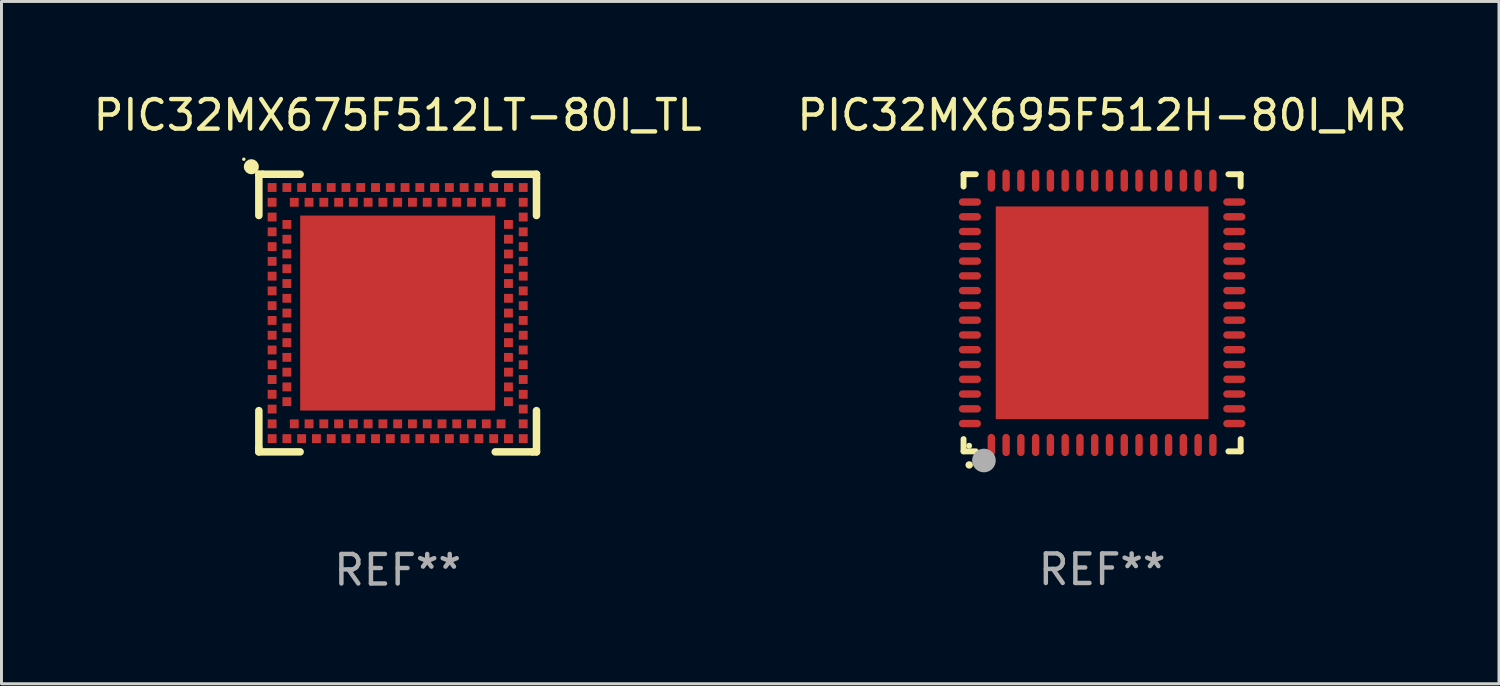
<source format=kicad_pcb>
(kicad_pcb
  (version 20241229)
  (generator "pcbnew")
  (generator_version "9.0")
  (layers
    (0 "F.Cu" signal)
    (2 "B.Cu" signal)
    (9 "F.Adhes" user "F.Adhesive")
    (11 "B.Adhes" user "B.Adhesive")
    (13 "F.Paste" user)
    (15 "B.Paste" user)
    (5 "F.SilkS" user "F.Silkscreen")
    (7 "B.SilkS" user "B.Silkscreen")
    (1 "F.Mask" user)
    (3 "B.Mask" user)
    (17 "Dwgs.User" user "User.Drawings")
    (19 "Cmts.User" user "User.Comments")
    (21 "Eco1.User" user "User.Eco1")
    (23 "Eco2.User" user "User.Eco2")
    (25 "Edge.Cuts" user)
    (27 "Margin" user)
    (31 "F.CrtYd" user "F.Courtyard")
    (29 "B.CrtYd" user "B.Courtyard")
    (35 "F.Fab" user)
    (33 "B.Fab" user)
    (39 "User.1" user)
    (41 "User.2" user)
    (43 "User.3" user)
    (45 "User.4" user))
  (footprint "PIC32MX675F512LT-80I_TL"
    (layer "F.Cu")
    (at 10.411 7.547)
    (property "Reference" "PIC32MX675F512LT-80I_TL" (at 0 -6.699 0) (layer "F.SilkS") (effects (font (size 1 1) (thickness 0.15))))
    (attr through_hole)
    (fp_line (start -4.699 -4.699) (end -4.699 -3.302) (stroke (width 0.254) (type solid)) (layer "F.SilkS"))
    (fp_line (start -4.699 3.302) (end -4.699 4.572) (stroke (width 0.254) (type solid)) (layer "F.SilkS"))
    (fp_line (start -4.699 4.572) (end -4.699 4.699) (stroke (width 0.254) (type solid)) (layer "F.SilkS"))
    (fp_line (start -4.699 4.699) (end -3.302 4.699) (stroke (width 0.254) (type solid)) (layer "F.SilkS"))
    (fp_line (start -4.572 -4.699) (end -4.699 -4.699) (stroke (width 0.254) (type solid)) (layer "F.SilkS"))
    (fp_line (start -3.302 -4.699) (end -4.572 -4.699) (stroke (width 0.254) (type solid)) (layer "F.SilkS"))
    (fp_line (start 3.302 4.699) (end 4.572 4.699) (stroke (width 0.254) (type solid)) (layer "F.SilkS"))
    (fp_line (start 4.572 4.699) (end 4.699 4.699) (stroke (width 0.254) (type solid)) (layer "F.SilkS"))
    (fp_line (start 4.699 -4.699) (end 3.302 -4.699) (stroke (width 0.254) (type solid)) (layer "F.SilkS"))
    (fp_line (start 4.699 -4.572) (end 4.699 -4.699) (stroke (width 0.254) (type solid)) (layer "F.SilkS"))
    (fp_line (start 4.699 -3.302) (end 4.699 -4.572) (stroke (width 0.254) (type solid)) (layer "F.SilkS"))
    (fp_line (start 4.699 4.699) (end 4.699 3.302) (stroke (width 0.254) (type solid)) (layer "F.SilkS"))
    (fp_circle (center -5.207 -5.207) (end -5.177 -5.207) (stroke (width 0.06) (type solid)) (fill no) (layer "F.SilkS"))
    (fp_circle (center -4.953 -4.953) (end -4.826 -4.953) (stroke (width 0.254) (type solid)) (fill no) (layer "F.SilkS"))
    (fp_text user "REF**" (at 0 8.699 0) (layer "F.Fab") (effects (font (size 1 1) (thickness 0.15))))
    (pad "125" smd rect (at 0.000025 -0.000102 90) (size 6.6 6.6) (layers "F.Cu" "F.Mask" "F.Paste"))
    (pad "A1" smd rect (at -4.25 -3.75 90) (size 0.3 0.3) (layers "F.Cu" "F.Mask" "F.Paste"))
    (pad "A2" smd rect (at -4.25 -3.25 90) (size 0.3 0.3) (layers "F.Cu" "F.Mask" "F.Paste"))
    (pad "A3" smd rect (at -4.25 -2.75 90) (size 0.3 0.3) (layers "F.Cu" "F.Mask" "F.Paste"))
    (pad "A4" smd rect (at -4.25 -2.25 90) (size 0.3 0.3) (layers "F.Cu" "F.Mask" "F.Paste"))
    (pad "A5" smd rect (at -4.25 -1.75 90) (size 0.3 0.3) (layers "F.Cu" "F.Mask" "F.Paste"))
    (pad "A6" smd rect (at -4.25 -1.25 90) (size 0.3 0.3) (layers "F.Cu" "F.Mask" "F.Paste"))
    (pad "A7" smd rect (at -4.25 -0.75 90) (size 0.3 0.3) (layers "F.Cu" "F.Mask" "F.Paste"))
    (pad "A8" smd rect (at -4.25 -0.25 90) (size 0.3 0.3) (layers "F.Cu" "F.Mask" "F.Paste"))
    (pad "A9" smd rect (at -4.25 0.25 90) (size 0.3 0.3) (layers "F.Cu" "F.Mask" "F.Paste"))
    (pad "A10" smd rect (at -4.25 0.75 90) (size 0.3 0.3) (layers "F.Cu" "F.Mask" "F.Paste"))
    (pad "A11" smd rect (at -4.25 1.25 90) (size 0.3 0.3) (layers "F.Cu" "F.Mask" "F.Paste"))
    (pad "A12" smd rect (at -4.25 1.75 90) (size 0.3 0.3) (layers "F.Cu" "F.Mask" "F.Paste"))
    (pad "A13" smd rect (at -4.25 2.25 90) (size 0.3 0.3) (layers "F.Cu" "F.Mask" "F.Paste"))
    (pad "A14" smd rect (at -4.25 2.75 90) (size 0.3 0.3) (layers "F.Cu" "F.Mask" "F.Paste"))
    (pad "A15" smd rect (at -4.25 3.25 90) (size 0.3 0.3) (layers "F.Cu" "F.Mask" "F.Paste"))
    (pad "A16" smd rect (at -4.25 3.75 90) (size 0.3 0.3) (layers "F.Cu" "F.Mask" "F.Paste"))
    (pad "A17" smd rect (at -4.25 4.25 90) (size 0.3 0.3) (layers "F.Cu" "F.Mask" "F.Paste"))
    (pad "A18" smd rect (at -3.75 4.25 90) (size 0.3 0.3) (layers "F.Cu" "F.Mask" "F.Paste"))
    (pad "A19" smd rect (at -3.25 4.25 90) (size 0.3 0.3) (layers "F.Cu" "F.Mask" "F.Paste"))
    (pad "A20" smd rect (at -2.75 4.25 90) (size 0.3 0.3) (layers "F.Cu" "F.Mask" "F.Paste"))
    (pad "A21" smd rect (at -2.25 4.25 90) (size 0.3 0.3) (layers "F.Cu" "F.Mask" "F.Paste"))
    (pad "A22" smd rect (at -1.75 4.25 90) (size 0.3 0.3) (layers "F.Cu" "F.Mask" "F.Paste"))
    (pad "A23" smd rect (at -1.25 4.25 90) (size 0.3 0.3) (layers "F.Cu" "F.Mask" "F.Paste"))
    (pad "A24" smd rect (at -0.75 4.25 90) (size 0.3 0.3) (layers "F.Cu" "F.Mask" "F.Paste"))
    (pad "A25" smd rect (at -0.25 4.25 90) (size 0.3 0.3) (layers "F.Cu" "F.Mask" "F.Paste"))
    (pad "A26" smd rect (at 0.25 4.25 90) (size 0.3 0.3) (layers "F.Cu" "F.Mask" "F.Paste"))
    (pad "A27" smd rect (at 0.75 4.25 90) (size 0.3 0.3) (layers "F.Cu" "F.Mask" "F.Paste"))
    (pad "A28" smd rect (at 1.25 4.25 90) (size 0.3 0.3) (layers "F.Cu" "F.Mask" "F.Paste"))
    (pad "A29" smd rect (at 1.75 4.25 90) (size 0.3 0.3) (layers "F.Cu" "F.Mask" "F.Paste"))
    (pad "A30" smd rect (at 2.25 4.25 90) (size 0.3 0.3) (layers "F.Cu" "F.Mask" "F.Paste"))
    (pad "A31" smd rect (at 2.75 4.25 90) (size 0.3 0.3) (layers "F.Cu" "F.Mask" "F.Paste"))
    (pad "A32" smd rect (at 3.25 4.25 90) (size 0.3 0.3) (layers "F.Cu" "F.Mask" "F.Paste"))
    (pad "A33" smd rect (at 3.75 4.25 90) (size 0.3 0.3) (layers "F.Cu" "F.Mask" "F.Paste"))
    (pad "A34" smd rect (at 4.25 4.25 90) (size 0.3 0.3) (layers "F.Cu" "F.Mask" "F.Paste"))
    (pad "A35" smd rect (at 4.25 3.75 90) (size 0.3 0.3) (layers "F.Cu" "F.Mask" "F.Paste"))
    (pad "A36" smd rect (at 4.25 3.25 90) (size 0.3 0.3) (layers "F.Cu" "F.Mask" "F.Paste"))
    (pad "A37" smd rect (at 4.25 2.75 90) (size 0.3 0.3) (layers "F.Cu" "F.Mask" "F.Paste"))
    (pad "A38" smd rect (at 4.25 2.25 90) (size 0.3 0.3) (layers "F.Cu" "F.Mask" "F.Paste"))
    (pad "A39" smd rect (at 4.25 1.75 90) (size 0.3 0.3) (layers "F.Cu" "F.Mask" "F.Paste"))
    (pad "A40" smd rect (at 4.25 1.25 90) (size 0.3 0.3) (layers "F.Cu" "F.Mask" "F.Paste"))
    (pad "A41" smd rect (at 4.25 0.75 90) (size 0.3 0.3) (layers "F.Cu" "F.Mask" "F.Paste"))
    (pad "A42" smd rect (at 4.25 0.25 90) (size 0.3 0.3) (layers "F.Cu" "F.Mask" "F.Paste"))
    (pad "A43" smd rect (at 4.25 -0.25 90) (size 0.3 0.3) (layers "F.Cu" "F.Mask" "F.Paste"))
    (pad "A44" smd rect (at 4.25 -0.75 90) (size 0.3 0.3) (layers "F.Cu" "F.Mask" "F.Paste"))
    (pad "A45" smd rect (at 4.25 -1.25 90) (size 0.3 0.3) (layers "F.Cu" "F.Mask" "F.Paste"))
    (pad "A46" smd rect (at 4.25 -1.75 90) (size 0.3 0.3) (layers "F.Cu" "F.Mask" "F.Paste"))
    (pad "A47" smd rect (at 4.25 -2.25 90) (size 0.3 0.3) (layers "F.Cu" "F.Mask" "F.Paste"))
    (pad "A48" smd rect (at 4.25 -2.75 90) (size 0.3 0.3) (layers "F.Cu" "F.Mask" "F.Paste"))
    (pad "A49" smd rect (at 4.25 -3.25 90) (size 0.3 0.3) (layers "F.Cu" "F.Mask" "F.Paste"))
    (pad "A50" smd rect (at 4.25 -3.75 90) (size 0.3 0.3) (layers "F.Cu" "F.Mask" "F.Paste"))
    (pad "A51" smd rect (at 4.25 -4.25 90) (size 0.3 0.3) (layers "F.Cu" "F.Mask" "F.Paste"))
    (pad "A52" smd rect (at 3.75 -4.25 90) (size 0.3 0.3) (layers "F.Cu" "F.Mask" "F.Paste"))
    (pad "A53" smd rect (at 3.25 -4.25 90) (size 0.3 0.3) (layers "F.Cu" "F.Mask" "F.Paste"))
    (pad "A54" smd rect (at 2.75 -4.25 90) (size 0.3 0.3) (layers "F.Cu" "F.Mask" "F.Paste"))
    (pad "A55" smd rect (at 2.25 -4.25 90) (size 0.3 0.3) (layers "F.Cu" "F.Mask" "F.Paste"))
    (pad "A56" smd rect (at 1.75 -4.25 90) (size 0.3 0.3) (layers "F.Cu" "F.Mask" "F.Paste"))
    (pad "A57" smd rect (at 1.25 -4.25 90) (size 0.3 0.3) (layers "F.Cu" "F.Mask" "F.Paste"))
    (pad "A58" smd rect (at 0.75 -4.25 90) (size 0.3 0.3) (layers "F.Cu" "F.Mask" "F.Paste"))
    (pad "A59" smd rect (at 0.25 -4.25 90) (size 0.3 0.3) (layers "F.Cu" "F.Mask" "F.Paste"))
    (pad "A60" smd rect (at -0.25 -4.25 90) (size 0.3 0.3) (layers "F.Cu" "F.Mask" "F.Paste"))
    (pad "A61" smd rect (at -0.75 -4.25 90) (size 0.3 0.3) (layers "F.Cu" "F.Mask" "F.Paste"))
    (pad "A62" smd rect (at -1.25 -4.25 90) (size 0.3 0.3) (layers "F.Cu" "F.Mask" "F.Paste"))
    (pad "A63" smd rect (at -1.75 -4.25 90) (size 0.3 0.3) (layers "F.Cu" "F.Mask" "F.Paste"))
    (pad "A64" smd rect (at -2.25 -4.25 90) (size 0.3 0.3) (layers "F.Cu" "F.Mask" "F.Paste"))
    (pad "A65" smd rect (at -2.75 -4.25 90) (size 0.3 0.3) (layers "F.Cu" "F.Mask" "F.Paste"))
    (pad "A66" smd rect (at -3.25 -4.25 90) (size 0.3 0.3) (layers "F.Cu" "F.Mask" "F.Paste"))
    (pad "A67" smd rect (at -3.75 -4.25 90) (size 0.3 0.3) (layers "F.Cu" "F.Mask" "F.Paste"))
    (pad "A68" smd rect (at -4.25 -4.25 90) (size 0.3 0.3) (layers "F.Cu" "F.Mask" "F.Paste"))
    (pad "B1" smd rect (at -3.75 -3 90) (size 0.3 0.3) (layers "F.Cu" "F.Mask" "F.Paste"))
    (pad "B2" smd rect (at -3.75 -2.5 90) (size 0.3 0.3) (layers "F.Cu" "F.Mask" "F.Paste"))
    (pad "B3" smd rect (at -3.75 -2 90) (size 0.3 0.3) (layers "F.Cu" "F.Mask" "F.Paste"))
    (pad "B4" smd rect (at -3.75 -1.5 90) (size 0.3 0.3) (layers "F.Cu" "F.Mask" "F.Paste"))
    (pad "B5" smd rect (at -3.75 -1 90) (size 0.3 0.3) (layers "F.Cu" "F.Mask" "F.Paste"))
    (pad "B6" smd rect (at -3.75 -0.5 90) (size 0.3 0.3) (layers "F.Cu" "F.Mask" "F.Paste"))
    (pad "B7" smd rect (at -3.75 -0.000102 90) (size 0.3 0.3) (layers "F.Cu" "F.Mask" "F.Paste"))
    (pad "B8" smd rect (at -3.75 0.5 90) (size 0.3 0.3) (layers "F.Cu" "F.Mask" "F.Paste"))
    (pad "B9" smd rect (at -3.75 1 90) (size 0.3 0.3) (layers "F.Cu" "F.Mask" "F.Paste"))
    (pad "B10" smd rect (at -3.75 1.5 90) (size 0.3 0.3) (layers "F.Cu" "F.Mask" "F.Paste"))
    (pad "B11" smd rect (at -3.75 2 90) (size 0.3 0.3) (layers "F.Cu" "F.Mask" "F.Paste"))
    (pad "B12" smd rect (at -3.75 2.5 90) (size 0.3 0.3) (layers "F.Cu" "F.Mask" "F.Paste"))
    (pad "B13" smd rect (at -3.75 3 90) (size 0.3 0.3) (layers "F.Cu" "F.Mask" "F.Paste"))
    (pad "B14" smd rect (at -3.5 3.75 90) (size 0.3 0.3) (layers "F.Cu" "F.Mask" "F.Paste"))
    (pad "B15" smd rect (at -3 3.75 90) (size 0.3 0.3) (layers "F.Cu" "F.Mask" "F.Paste"))
    (pad "B16" smd rect (at -2.5 3.75 90) (size 0.3 0.3) (layers "F.Cu" "F.Mask" "F.Paste"))
    (pad "B17" smd rect (at -2 3.75 90) (size 0.3 0.3) (layers "F.Cu" "F.Mask" "F.Paste"))
    (pad "B18" smd rect (at -1.5 3.75 90) (size 0.3 0.3) (layers "F.Cu" "F.Mask" "F.Paste"))
    (pad "B19" smd rect (at -1 3.75 90) (size 0.3 0.3) (layers "F.Cu" "F.Mask" "F.Paste"))
    (pad "B20" smd rect (at -0.5 3.75 90) (size 0.3 0.3) (layers "F.Cu" "F.Mask" "F.Paste"))
    (pad "B21" smd rect (at 0.000025 3.75 90) (size 0.3 0.3) (layers "F.Cu" "F.Mask" "F.Paste"))
    (pad "B22" smd rect (at 0.5 3.75 90) (size 0.3 0.3) (layers "F.Cu" "F.Mask" "F.Paste"))
    (pad "B23" smd rect (at 1 3.75 90) (size 0.3 0.3) (layers "F.Cu" "F.Mask" "F.Paste"))
    (pad "B24" smd rect (at 1.5 3.75 90) (size 0.3 0.3) (layers "F.Cu" "F.Mask" "F.Paste"))
    (pad "B25" smd rect (at 2 3.75 90) (size 0.3 0.3) (layers "F.Cu" "F.Mask" "F.Paste"))
    (pad "B26" smd rect (at 2.5 3.75 90) (size 0.3 0.3) (layers "F.Cu" "F.Mask" "F.Paste"))
    (pad "B27" smd rect (at 3 3.75 90) (size 0.3 0.3) (layers "F.Cu" "F.Mask" "F.Paste"))
    (pad "B28" smd rect (at 3.5 3.75 90) (size 0.3 0.3) (layers "F.Cu" "F.Mask" "F.Paste"))
    (pad "B29" smd rect (at 3.75 3 90) (size 0.3 0.3) (layers "F.Cu" "F.Mask" "F.Paste"))
    (pad "B30" smd rect (at 3.75 2.5 90) (size 0.3 0.3) (layers "F.Cu" "F.Mask" "F.Paste"))
    (pad "B31" smd rect (at 3.75 2 90) (size 0.3 0.3) (layers "F.Cu" "F.Mask" "F.Paste"))
    (pad "B32" smd rect (at 3.75 1.5 90) (size 0.3 0.3) (layers "F.Cu" "F.Mask" "F.Paste"))
    (pad "B33" smd rect (at 3.75 1 90) (size 0.3 0.3) (layers "F.Cu" "F.Mask" "F.Paste"))
    (pad "B34" smd rect (at 3.75 0.5 90) (size 0.3 0.3) (layers "F.Cu" "F.Mask" "F.Paste"))
    (pad "B35" smd rect (at 3.75 -0.000102 90) (size 0.3 0.3) (layers "F.Cu" "F.Mask" "F.Paste"))
    (pad "B36" smd rect (at 3.75 -0.5 90) (size 0.3 0.3) (layers "F.Cu" "F.Mask" "F.Paste"))
    (pad "B37" smd rect (at 3.75 -1 90) (size 0.3 0.3) (layers "F.Cu" "F.Mask" "F.Paste"))
    (pad "B38" smd rect (at 3.75 -1.5 90) (size 0.3 0.3) (layers "F.Cu" "F.Mask" "F.Paste"))
    (pad "B39" smd rect (at 3.75 -2 90) (size 0.3 0.3) (layers "F.Cu" "F.Mask" "F.Paste"))
    (pad "B40" smd rect (at 3.75 -2.5 90) (size 0.3 0.3) (layers "F.Cu" "F.Mask" "F.Paste"))
    (pad "B41" smd rect (at 3.75 -3 90) (size 0.3 0.3) (layers "F.Cu" "F.Mask" "F.Paste"))
    (pad "B42" smd rect (at 3.5 -3.75 90) (size 0.3 0.3) (layers "F.Cu" "F.Mask" "F.Paste"))
    (pad "B43" smd rect (at 3 -3.75 90) (size 0.3 0.3) (layers "F.Cu" "F.Mask" "F.Paste"))
    (pad "B44" smd rect (at 2.5 -3.75 90) (size 0.3 0.3) (layers "F.Cu" "F.Mask" "F.Paste"))
    (pad "B45" smd rect (at 2 -3.75 90) (size 0.3 0.3) (layers "F.Cu" "F.Mask" "F.Paste"))
    (pad "B46" smd rect (at 1.5 -3.75 90) (size 0.3 0.3) (layers "F.Cu" "F.Mask" "F.Paste"))
    (pad "B47" smd rect (at 1 -3.75 90) (size 0.3 0.3) (layers "F.Cu" "F.Mask" "F.Paste"))
    (pad "B48" smd rect (at 0.5 -3.75 90) (size 0.3 0.3) (layers "F.Cu" "F.Mask" "F.Paste"))
    (pad "B49" smd rect (at 0.000025 -3.75 90) (size 0.3 0.3) (layers "F.Cu" "F.Mask" "F.Paste"))
    (pad "B50" smd rect (at -0.5 -3.75 90) (size 0.3 0.3) (layers "F.Cu" "F.Mask" "F.Paste"))
    (pad "B51" smd rect (at -1 -3.75 90) (size 0.3 0.3) (layers "F.Cu" "F.Mask" "F.Paste"))
    (pad "B52" smd rect (at -1.5 -3.75 90) (size 0.3 0.3) (layers "F.Cu" "F.Mask" "F.Paste"))
    (pad "B53" smd rect (at -2 -3.75 90) (size 0.3 0.3) (layers "F.Cu" "F.Mask" "F.Paste"))
    (pad "B54" smd rect (at -2.5 -3.75 90) (size 0.3 0.3) (layers "F.Cu" "F.Mask" "F.Paste"))
    (pad "B55" smd rect (at -3 -3.75 90) (size 0.3 0.3) (layers "F.Cu" "F.Mask" "F.Paste"))
    (pad "B56" smd rect (at -3.5 -3.75 90) (size 0.3 0.3) (layers "F.Cu" "F.Mask" "F.Paste")))
  (footprint "PIC32MX695F512H-80I_MR"
    (layer "F.Cu")
    (at 34.256 7.538)
    (property "Reference" "PIC32MX695F512H-80I_MR" (at 0 -6.69 0) (layer "F.SilkS") (effects (font (size 1 1) (thickness 0.15))))
    (attr through_hole)
    (fp_line (start -4.69 -4.69) (end -4.275 -4.69) (stroke (width 0.2) (type solid)) (layer "F.SilkS"))
    (fp_line (start -4.69 -4.275) (end -4.69 -4.69) (stroke (width 0.2) (type solid)) (layer "F.SilkS"))
    (fp_line (start -4.69 4.69) (end -4.69 4.275) (stroke (width 0.2) (type solid)) (layer "F.SilkS"))
    (fp_line (start -4.275 4.69) (end -4.69 4.69) (stroke (width 0.2) (type solid)) (layer "F.SilkS"))
    (fp_line (start 4.275 4.69) (end 4.69 4.69) (stroke (width 0.2) (type solid)) (layer "F.SilkS"))
    (fp_line (start 4.69 -4.69) (end 4.275 -4.69) (stroke (width 0.2) (type solid)) (layer "F.SilkS"))
    (fp_line (start 4.69 -4.275) (end 4.69 -4.69) (stroke (width 0.2) (type solid)) (layer "F.SilkS"))
    (fp_line (start 4.69 4.69) (end 4.69 4.275) (stroke (width 0.2) (type solid)) (layer "F.SilkS"))
    (fp_arc (start -4.499886 5.15) (mid -4.498616 5.149994) (end -4.497346 5.15) (stroke (width 0.24892) (type solid)) (layer "F.SilkS"))
    (fp_circle (center -4.5 4.5) (end -4.45 4.5) (stroke (width 0.1) (type solid)) (fill no) (layer "F.SilkS"))
    (fp_circle (center -4 5) (end -3.8 5) (stroke (width 0.4) (type solid)) (fill no) (layer "F.Fab"))
    (fp_text user "REF**" (at 0 8.69 0) (layer "F.Fab") (effects (font (size 1 1) (thickness 0.15))))
    (pad "1" smd oval (at -3.75 4.475) (size 0.25 0.75) (layers "F.Cu" "F.Mask" "F.Paste"))
    (pad "2" smd oval (at -3.25 4.475) (size 0.25 0.75) (layers "F.Cu" "F.Mask" "F.Paste"))
    (pad "3" smd oval (at -2.75 4.475) (size 0.25 0.75) (layers "F.Cu" "F.Mask" "F.Paste"))
    (pad "4" smd oval (at -2.25 4.475) (size 0.25 0.75) (layers "F.Cu" "F.Mask" "F.Paste"))
    (pad "5" smd oval (at -1.75 4.475) (size 0.25 0.75) (layers "F.Cu" "F.Mask" "F.Paste"))
    (pad "6" smd oval (at -1.25 4.475) (size 0.25 0.75) (layers "F.Cu" "F.Mask" "F.Paste"))
    (pad "7" smd oval (at -0.75 4.475) (size 0.25 0.75) (layers "F.Cu" "F.Mask" "F.Paste"))
    (pad "8" smd oval (at -0.25 4.475) (size 0.25 0.75) (layers "F.Cu" "F.Mask" "F.Paste"))
    (pad "9" smd oval (at 0.25 4.475) (size 0.25 0.75) (layers "F.Cu" "F.Mask" "F.Paste"))
    (pad "10" smd oval (at 0.75 4.475) (size 0.25 0.75) (layers "F.Cu" "F.Mask" "F.Paste"))
    (pad "11" smd oval (at 1.25 4.475) (size 0.25 0.75) (layers "F.Cu" "F.Mask" "F.Paste"))
    (pad "12" smd oval (at 1.75 4.475) (size 0.25 0.75) (layers "F.Cu" "F.Mask" "F.Paste"))
    (pad "13" smd oval (at 2.25 4.475) (size 0.25 0.75) (layers "F.Cu" "F.Mask" "F.Paste"))
    (pad "14" smd oval (at 2.75 4.475) (size 0.25 0.75) (layers "F.Cu" "F.Mask" "F.Paste"))
    (pad "15" smd oval (at 3.25 4.475) (size 0.25 0.75) (layers "F.Cu" "F.Mask" "F.Paste"))
    (pad "16" smd oval (at 3.75 4.475) (size 0.25 0.75) (layers "F.Cu" "F.Mask" "F.Paste"))
    (pad "17" smd oval (at 4.475 3.75) (size 0.75 0.25) (layers "F.Cu" "F.Mask" "F.Paste"))
    (pad "18" smd oval (at 4.475 3.25) (size 0.75 0.25) (layers "F.Cu" "F.Mask" "F.Paste"))
    (pad "19" smd oval (at 4.475 2.75) (size 0.75 0.25) (layers "F.Cu" "F.Mask" "F.Paste"))
    (pad "20" smd oval (at 4.475 2.25) (size 0.75 0.25) (layers "F.Cu" "F.Mask" "F.Paste"))
    (pad "21" smd oval (at 4.475 1.75) (size 0.75 0.25) (layers "F.Cu" "F.Mask" "F.Paste"))
    (pad "22" smd oval (at 4.475 1.25) (size 0.75 0.25) (layers "F.Cu" "F.Mask" "F.Paste"))
    (pad "23" smd oval (at 4.475 0.75) (size 0.75 0.25) (layers "F.Cu" "F.Mask" "F.Paste"))
    (pad "24" smd oval (at 4.475 0.25) (size 0.75 0.25) (layers "F.Cu" "F.Mask" "F.Paste"))
    (pad "25" smd oval (at 4.475 -0.25) (size 0.75 0.25) (layers "F.Cu" "F.Mask" "F.Paste"))
    (pad "26" smd oval (at 4.475 -0.75) (size 0.75 0.25) (layers "F.Cu" "F.Mask" "F.Paste"))
    (pad "27" smd oval (at 4.475 -1.25) (size 0.75 0.25) (layers "F.Cu" "F.Mask" "F.Paste"))
    (pad "28" smd oval (at 4.475 -1.75) (size 0.75 0.25) (layers "F.Cu" "F.Mask" "F.Paste"))
    (pad "29" smd oval (at 4.475 -2.25) (size 0.75 0.25) (layers "F.Cu" "F.Mask" "F.Paste"))
    (pad "30" smd oval (at 4.475 -2.75) (size 0.75 0.25) (layers "F.Cu" "F.Mask" "F.Paste"))
    (pad "31" smd oval (at 4.475 -3.25) (size 0.75 0.25) (layers "F.Cu" "F.Mask" "F.Paste"))
    (pad "32" smd oval (at 4.475 -3.75) (size 0.75 0.25) (layers "F.Cu" "F.Mask" "F.Paste"))
    (pad "33" smd oval (at 3.75 -4.475) (size 0.25 0.75) (layers "F.Cu" "F.Mask" "F.Paste"))
    (pad "34" smd oval (at 3.25 -4.475) (size 0.25 0.75) (layers "F.Cu" "F.Mask" "F.Paste"))
    (pad "35" smd oval (at 2.75 -4.475) (size 0.25 0.75) (layers "F.Cu" "F.Mask" "F.Paste"))
    (pad "36" smd oval (at 2.25 -4.475) (size 0.25 0.75) (layers "F.Cu" "F.Mask" "F.Paste"))
    (pad "37" smd oval (at 1.75 -4.475) (size 0.25 0.75) (layers "F.Cu" "F.Mask" "F.Paste"))
    (pad "38" smd oval (at 1.25 -4.475) (size 0.25 0.75) (layers "F.Cu" "F.Mask" "F.Paste"))
    (pad "39" smd oval (at 0.75 -4.475) (size 0.25 0.75) (layers "F.Cu" "F.Mask" "F.Paste"))
    (pad "40" smd oval (at 0.25 -4.475) (size 0.25 0.75) (layers "F.Cu" "F.Mask" "F.Paste"))
    (pad "41" smd oval (at -0.25 -4.475) (size 0.25 0.75) (layers "F.Cu" "F.Mask" "F.Paste"))
    (pad "42" smd oval (at -0.75 -4.475) (size 0.25 0.75) (layers "F.Cu" "F.Mask" "F.Paste"))
    (pad "43" smd oval (at -1.25 -4.475) (size 0.25 0.75) (layers "F.Cu" "F.Mask" "F.Paste"))
    (pad "44" smd oval (at -1.75 -4.475) (size 0.25 0.75) (layers "F.Cu" "F.Mask" "F.Paste"))
    (pad "45" smd oval (at -2.25 -4.475) (size 0.25 0.75) (layers "F.Cu" "F.Mask" "F.Paste"))
    (pad "46" smd oval (at -2.75 -4.475) (size 0.25 0.75) (layers "F.Cu" "F.Mask" "F.Paste"))
    (pad "47" smd oval (at -3.25 -4.475) (size 0.25 0.75) (layers "F.Cu" "F.Mask" "F.Paste"))
    (pad "48" smd oval (at -3.75 -4.475) (size 0.25 0.75) (layers "F.Cu" "F.Mask" "F.Paste"))
    (pad "49" smd oval (at -4.475 -3.75) (size 0.75 0.25) (layers "F.Cu" "F.Mask" "F.Paste"))
    (pad "50" smd oval (at -4.475 -3.25) (size 0.75 0.25) (layers "F.Cu" "F.Mask" "F.Paste"))
    (pad "51" smd oval (at -4.475 -2.75) (size 0.75 0.25) (layers "F.Cu" "F.Mask" "F.Paste"))
    (pad "52" smd oval (at -4.475 -2.25) (size 0.75 0.25) (layers "F.Cu" "F.Mask" "F.Paste"))
    (pad "53" smd oval (at -4.475 -1.75) (size 0.75 0.25) (layers "F.Cu" "F.Mask" "F.Paste"))
    (pad "54" smd oval (at -4.475 -1.25) (size 0.75 0.25) (layers "F.Cu" "F.Mask" "F.Paste"))
    (pad "55" smd oval (at -4.475 -0.75) (size 0.75 0.25) (layers "F.Cu" "F.Mask" "F.Paste"))
    (pad "56" smd oval (at -4.475 -0.25) (size 0.75 0.25) (layers "F.Cu" "F.Mask" "F.Paste"))
    (pad "57" smd oval (at -4.475 0.25) (size 0.75 0.25) (layers "F.Cu" "F.Mask" "F.Paste"))
    (pad "58" smd oval (at -4.475 0.75) (size 0.75 0.25) (layers "F.Cu" "F.Mask" "F.Paste"))
    (pad "59" smd oval (at -4.475 1.25) (size 0.75 0.25) (layers "F.Cu" "F.Mask" "F.Paste"))
    (pad "60" smd oval (at -4.475 1.75) (size 0.75 0.25) (layers "F.Cu" "F.Mask" "F.Paste"))
    (pad "61" smd oval (at -4.475 2.25) (size 0.75 0.25) (layers "F.Cu" "F.Mask" "F.Paste"))
    (pad "62" smd oval (at -4.475 2.75) (size 0.75 0.25) (layers "F.Cu" "F.Mask" "F.Paste"))
    (pad "63" smd oval (at -4.475 3.25) (size 0.75 0.25) (layers "F.Cu" "F.Mask" "F.Paste"))
    (pad "64" smd oval (at -4.475 3.75) (size 0.75 0.25) (layers "F.Cu" "F.Mask" "F.Paste"))
    (pad "65" smd rect (at 0.000368 0.000013) (size 7.2 7.2) (layers "F.Cu" "F.Mask" "F.Paste")))
  (gr_rect
    (start -3 -3)
    (end 47.69 20.095)
    (stroke (width 0.1) (type default))
    (fill no)
    (layer "Edge.Cuts")))
</source>
